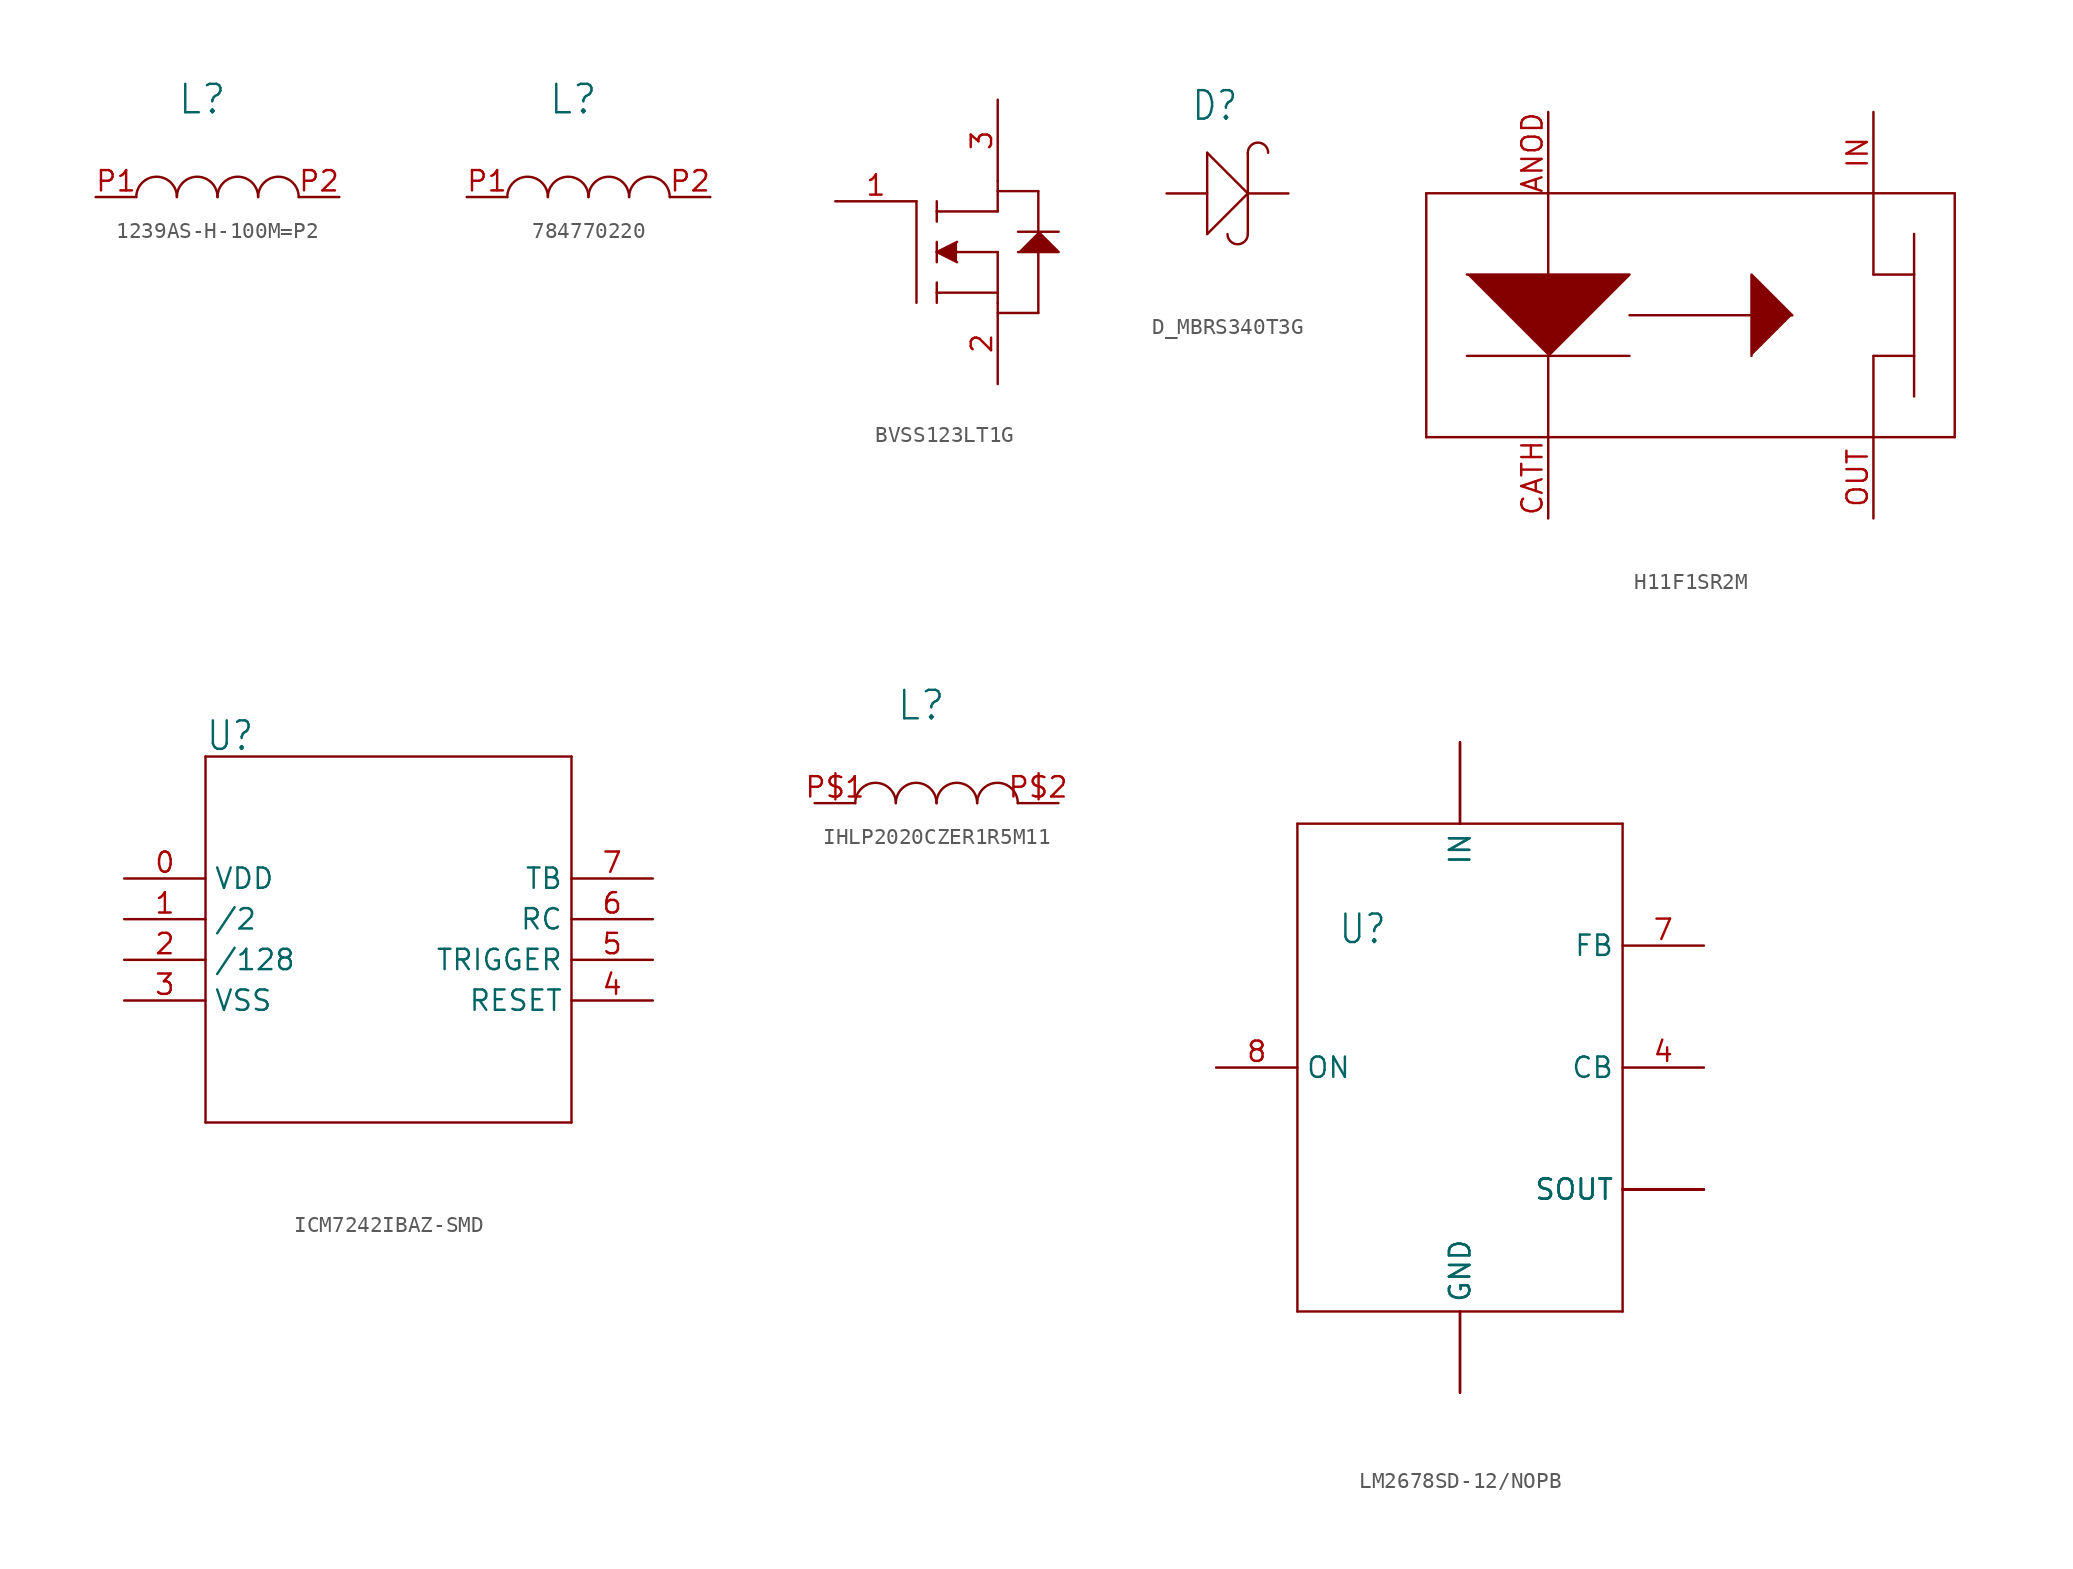
<source format=kicad_sym>
(kicad_symbol_lib
  (version 20220914)
  (generator kicad_symbol_editor)
  (symbol "1239AS-H-100M=P2"
    (property "Reference" "L"
      (at -2.54 5.08 0)
      (effects (font (size 1.778 1.778)) (justify left bottom)))
    (property "Value" ""
      (at -2.54 2.54 0)
      (effects (font (size 1.778 1.778)) (justify left bottom)))
    (property "ki_locked" ""
      (at 0 0 0)
      (effects (font (size 1.27 1.27))))
    (symbol "1239AS-H-100M=P2_1_0"
      (arc (start -2.54 0) (mid -3.81 1.27) (end -5.08 0) (stroke (width 0.1524) (type solid)) (fill (type none)))
      (arc (start 0 0) (mid -1.27 1.27) (end -2.54 0) (stroke (width 0.1524) (type solid)) (fill (type none)))
      (arc (start 2.54 0) (mid 1.27 1.27) (end 0 0) (stroke (width 0.1524) (type solid)) (fill (type none)))
      (arc (start 5.08 0) (mid 3.81 1.27) (end 2.54 0) (stroke (width 0.1524) (type solid)) (fill (type none)))
      (pin bidirectional line (at -7.62 0 0) (length 2.54) (name "P$1" (effects (font (size 0 0)))) (number "P1" (effects (font (size 1.27 1.27)))))
      (pin bidirectional line (at 7.62 0 180) (length 2.54) (name "P$2" (effects (font (size 0 0)))) (number "P2" (effects (font (size 1.27 1.27)))))))
  (symbol "784770220"
    (property "Reference" "L"
      (at -2.54 5.08 0)
      (effects (font (size 1.778 1.778)) (justify left bottom)))
    (property "Value" ""
      (at -2.54 2.54 0)
      (effects (font (size 1.778 1.778)) (justify left bottom)))
    (property "ki_locked" ""
      (at 0 0 0)
      (effects (font (size 1.27 1.27))))
    (symbol "784770220_1_0"
      (arc (start -2.54 0) (mid -3.81 1.27) (end -5.08 0) (stroke (width 0.1524) (type solid)) (fill (type none)))
      (arc (start 0 0) (mid -1.27 1.27) (end -2.54 0) (stroke (width 0.1524) (type solid)) (fill (type none)))
      (arc (start 2.54 0) (mid 1.27 1.27) (end 0 0) (stroke (width 0.1524) (type solid)) (fill (type none)))
      (arc (start 5.08 0) (mid 3.81 1.27) (end 2.54 0) (stroke (width 0.1524) (type solid)) (fill (type none)))
      (pin bidirectional line (at -7.62 0 0) (length 2.54) (name "P$1" (effects (font (size 0 0)))) (number "P1" (effects (font (size 1.27 1.27)))))
      (pin bidirectional line (at 7.62 0 180) (length 2.54) (name "P$2" (effects (font (size 0 0)))) (number "P2" (effects (font (size 1.27 1.27)))))))
  (symbol "BVSS123LT1G"
    (property "Reference" "Q"
      (at 0 0 0)
      (effects (font (size 1.27 1.27)) hide))
    (property "ki_locked" ""
      (at 0 0 0)
      (effects (font (size 1.27 1.27))))
    (symbol "BVSS123LT1G_1_0"
      (polyline (pts (xy 0 0) (xy 0 -6.35)) (stroke (width 0.152) (type solid)) (fill (type none)))
      (polyline (pts (xy 1.27 -6.35) (xy 1.27 -5.715)) (stroke (width 0.152) (type solid)) (fill (type none)))
      (polyline (pts (xy 1.27 -5.715) (xy 1.27 -5.08)) (stroke (width 0.152) (type solid)) (fill (type none)))
      (polyline (pts (xy 1.27 -5.715) (xy 5.08 -5.715)) (stroke (width 0.152) (type solid)) (fill (type none)))
      (polyline (pts (xy 1.27 -3.81) (xy 1.27 -3.175)) (stroke (width 0.152) (type solid)) (fill (type none)))
      (polyline (pts (xy 1.27 -3.175) (xy 1.27 -2.54)) (stroke (width 0.152) (type solid)) (fill (type none)))
      (polyline (pts (xy 1.27 -3.175) (xy 5.08 -3.175)) (stroke (width 0.152) (type solid)) (fill (type none)))
      (polyline (pts (xy 1.27 -1.27) (xy 1.27 -0.635)) (stroke (width 0.152) (type solid)) (fill (type none)))
      (polyline (pts (xy 1.27 -0.635) (xy 1.27 0)) (stroke (width 0.152) (type solid)) (fill (type none)))
      (polyline (pts (xy 1.27 -0.635) (xy 5.08 -0.635)) (stroke (width 0.152) (type solid)) (fill (type none)))
      (polyline (pts (xy 5.08 -5.715) (xy 5.08 -6.35)) (stroke (width 0.152) (type solid)) (fill (type none)))
      (polyline (pts (xy 5.08 -3.175) (xy 5.08 -5.715)) (stroke (width 0.152) (type solid)) (fill (type none)))
      (polyline (pts (xy 5.08 -0.635) (xy 5.08 0.635)) (stroke (width 0.152) (type solid)) (fill (type none)))
      (polyline (pts (xy 5.08 0.635) (xy 5.08 1.27)) (stroke (width 0.152) (type solid)) (fill (type none)))
      (polyline (pts (xy 5.08 0.635) (xy 7.62 0.635)) (stroke (width 0.152) (type solid)) (fill (type none)))
      (polyline (pts (xy 6.35 -1.905) (xy 8.89 -1.905)) (stroke (width 0.152) (type solid)) (fill (type none)))
      (polyline (pts (xy 7.62 -6.985) (xy 5.08 -6.985)) (stroke (width 0.152) (type solid)) (fill (type none)))
      (polyline (pts (xy 7.62 0.635) (xy 7.62 -6.985)) (stroke (width 0.152) (type solid)) (fill (type none)))
      (polyline (pts (xy 2.54 -2.54) (xy 1.27 -3.175) (xy 2.54 -3.81)) (stroke (width 0.152) (type solid)) (fill (type outline)))
      (polyline (pts (xy 6.35 -3.175) (xy 8.89 -3.175) (xy 7.62 -1.905)) (stroke (width 0.152) (type solid)) (fill (type outline)))
      (pin bidirectional line (at -5.08 0 0) (length 5.08) (name "G" (effects (font (size 0 0)))) (number "1" (effects (font (size 1.27 1.27)))))
      (pin bidirectional line (at 5.08 -11.43 90) (length 5.08) (name "S" (effects (font (size 0 0)))) (number "2" (effects (font (size 1.27 1.27)))))
      (pin bidirectional line (at 5.08 6.35 270) (length 5.08) (name "D" (effects (font (size 0 0)))) (number "3" (effects (font (size 1.27 1.27)))))))
  (symbol "D_MBRS340T3G"
    (property "Reference" "D"
      (at -2.288 4.447 0)
      (effects (font (size 1.78 1.513)) (justify left bottom)))
    (property "Value" ""
      (at -2.287 -5.97 0)
      (effects (font (size 1.779 1.512)) (justify left bottom)))
    (property "ki_locked" ""
      (at 0 0 0)
      (effects (font (size 1.27 1.27))))
    (symbol "D_MBRS340T3G_1_0"
      (arc (start 0 -2.54) (mid 0.635 -3.175) (end 1.27 -2.54) (stroke (width 0.1524) (type solid)) (fill (type none)))
      (polyline (pts (xy -1.27 -2.54) (xy 1.27 0)) (stroke (width 0.152) (type solid)) (fill (type none)))
      (polyline (pts (xy -1.27 2.54) (xy -1.27 -2.54)) (stroke (width 0.152) (type solid)) (fill (type none)))
      (polyline (pts (xy 1.27 -2.54) (xy 1.27 0)) (stroke (width 0.152) (type solid)) (fill (type none)))
      (polyline (pts (xy 1.27 0) (xy -1.27 2.54)) (stroke (width 0.152) (type solid)) (fill (type none)))
      (polyline (pts (xy 1.27 0) (xy 1.27 2.54)) (stroke (width 0.152) (type solid)) (fill (type none)))
      (arc (start 2.54 2.54) (mid 1.905 3.175) (end 1.27 2.54) (stroke (width 0.1524) (type solid)) (fill (type none)))
      (pin passive line (at 3.81 0 180) (length 2.54) (name "-" (effects (font (size 0 0)))) (number "1" (effects (font (size 0 0)))))
      (pin passive line (at -3.81 0 0) (length 2.54) (name "+" (effects (font (size 0 0)))) (number "2" (effects (font (size 0 0)))))))
  (symbol "H11F1SR2M"
    (property "Reference" ""
      (at -5.08 15.24 0)
      (effects (font (size 1.778 1.511)) (justify left bottom) hide))
    (property "Value" ""
      (at -5.08 10.16 0)
      (effects (font (size 1.778 1.511)) (justify left bottom)))
    (property "ki_locked" ""
      (at 0 0 0)
      (effects (font (size 1.27 1.27))))
    (symbol "H11F1SR2M_1_0"
      (polyline (pts (xy -17.78 -7.62) (xy -17.78 7.62)) (stroke (width 0.152) (type solid)) (fill (type none)))
      (polyline (pts (xy -17.78 7.62) (xy 15.24 7.62)) (stroke (width 0.152) (type solid)) (fill (type none)))
      (polyline (pts (xy -10.16 -2.54) (xy -15.24 -2.54)) (stroke (width 0.152) (type solid)) (fill (type none)))
      (polyline (pts (xy -10.16 -2.54) (xy -10.16 -7.62)) (stroke (width 0.152) (type solid)) (fill (type none)))
      (polyline (pts (xy -10.16 -2.54) (xy -10.16 7.62)) (stroke (width 0.152) (type solid)) (fill (type none)))
      (polyline (pts (xy -5.08 -2.54) (xy -10.16 -2.54)) (stroke (width 0.152) (type solid)) (fill (type none)))
      (polyline (pts (xy -5.08 0) (xy 5.08 0)) (stroke (width 0.152) (type solid)) (fill (type none)))
      (polyline (pts (xy 10.16 -2.54) (xy 10.16 -7.62)) (stroke (width 0.152) (type solid)) (fill (type none)))
      (polyline (pts (xy 10.16 2.54) (xy 12.7 2.54)) (stroke (width 0.152) (type solid)) (fill (type none)))
      (polyline (pts (xy 10.16 7.62) (xy 10.16 2.54)) (stroke (width 0.152) (type solid)) (fill (type none)))
      (polyline (pts (xy 12.7 -5.08) (xy 12.7 -2.54)) (stroke (width 0.152) (type solid)) (fill (type none)))
      (polyline (pts (xy 12.7 -2.54) (xy 10.16 -2.54)) (stroke (width 0.152) (type solid)) (fill (type none)))
      (polyline (pts (xy 12.7 2.54) (xy 12.7 -2.54)) (stroke (width 0.152) (type solid)) (fill (type none)))
      (polyline (pts (xy 12.7 2.54) (xy 12.7 5.08)) (stroke (width 0.152) (type solid)) (fill (type none)))
      (polyline (pts (xy 15.24 -7.62) (xy -17.78 -7.62)) (stroke (width 0.152) (type solid)) (fill (type none)))
      (polyline (pts (xy 15.24 7.62) (xy 15.24 -7.62)) (stroke (width 0.152) (type solid)) (fill (type none)))
      (polyline (pts (xy -10.16 -2.54) (xy -5.08 2.54) (xy -15.24 2.54)) (stroke (width 0.152) (type solid)) (fill (type outline)))
      (polyline (pts (xy 5.08 0) (xy 2.54 2.54) (xy 2.54 -2.54)) (stroke (width 0.152) (type solid)) (fill (type outline)))
      (pin bidirectional line (at -10.16 12.7 270) (length 5.08) (name "ANOD" (effects (font (size 0 0)))) (number "ANOD" (effects (font (size 1.27 1.27)))))
      (pin bidirectional line (at -10.16 -12.7 90) (length 5.08) (name "CAT" (effects (font (size 0 0)))) (number "CATH" (effects (font (size 1.27 1.27)))))
      (pin bidirectional line (at 10.16 12.7 270) (length 5.08) (name "IN" (effects (font (size 0 0)))) (number "IN" (effects (font (size 1.27 1.27)))))
      (pin bidirectional line (at 10.16 -12.7 90) (length 5.08) (name "OUT" (effects (font (size 0 0)))) (number "OUT" (effects (font (size 1.27 1.27)))))))
  (symbol "ICM7242IBAZ-SMD"
    (property "Reference" "U"
      (at 5.08 7.874 0)
      (effects (font (size 1.778 1.511)) (justify left bottom)))
    (property "Value" ""
      (at 5.08 -17.78 0)
      (effects (font (size 1.778 1.511)) (justify left bottom)))
    (property "ki_locked" ""
      (at 0 0 0)
      (effects (font (size 1.27 1.27))))
    (symbol "ICM7242IBAZ-SMD_1_0"
      (polyline (pts (xy 5.08 -15.24) (xy 5.08 7.62)) (stroke (width 0.152) (type solid)) (fill (type none)))
      (polyline (pts (xy 5.08 7.62) (xy 27.94 7.62)) (stroke (width 0.152) (type solid)) (fill (type none)))
      (polyline (pts (xy 27.94 -15.24) (xy 5.08 -15.24)) (stroke (width 0.152) (type solid)) (fill (type none)))
      (polyline (pts (xy 27.94 7.62) (xy 27.94 -15.24)) (stroke (width 0.152) (type solid)) (fill (type none)))
      (pin bidirectional line (at 0 0 0) (length 5.08) (name "VDD" (effects (font (size 1.27 1.27)))) (number "0" (effects (font (size 1.27 1.27)))))
      (pin bidirectional line (at 0 -2.54 0) (length 5.08) (name "/2" (effects (font (size 1.27 1.27)))) (number "1" (effects (font (size 1.27 1.27)))))
      (pin bidirectional line (at 0 -5.08 0) (length 5.08) (name "/128" (effects (font (size 1.27 1.27)))) (number "2" (effects (font (size 1.27 1.27)))))
      (pin bidirectional line (at 0 -7.62 0) (length 5.08) (name "VSS" (effects (font (size 1.27 1.27)))) (number "3" (effects (font (size 1.27 1.27)))))
      (pin bidirectional line (at 33.02 -7.62 180) (length 5.08) (name "RESET" (effects (font (size 1.27 1.27)))) (number "4" (effects (font (size 1.27 1.27)))))
      (pin bidirectional line (at 33.02 -5.08 180) (length 5.08) (name "TRIGGER" (effects (font (size 1.27 1.27)))) (number "5" (effects (font (size 1.27 1.27)))))
      (pin bidirectional line (at 33.02 -2.54 180) (length 5.08) (name "RC" (effects (font (size 1.27 1.27)))) (number "6" (effects (font (size 1.27 1.27)))))
      (pin bidirectional line (at 33.02 0 180) (length 5.08) (name "TB" (effects (font (size 1.27 1.27)))) (number "7" (effects (font (size 1.27 1.27)))))))
  (symbol "IHLP2020CZER1R5M11"
    (property "Reference" "L"
      (at -2.54 5.08 0)
      (effects (font (size 1.778 1.778)) (justify left bottom)))
    (property "Value" ""
      (at -2.54 2.54 0)
      (effects (font (size 1.778 1.778)) (justify left bottom)))
    (property "ki_locked" ""
      (at 0 0 0)
      (effects (font (size 1.27 1.27))))
    (symbol "IHLP2020CZER1R5M11_1_0"
      (arc (start -2.54 0) (mid -3.81 1.27) (end -5.08 0) (stroke (width 0.1524) (type solid)) (fill (type none)))
      (arc (start 0 0) (mid -1.27 1.27) (end -2.54 0) (stroke (width 0.1524) (type solid)) (fill (type none)))
      (arc (start 2.54 0) (mid 1.27 1.27) (end 0 0) (stroke (width 0.1524) (type solid)) (fill (type none)))
      (arc (start 5.08 0) (mid 3.81 1.27) (end 2.54 0) (stroke (width 0.1524) (type solid)) (fill (type none)))
      (pin bidirectional line (at -7.62 0 0) (length 2.54) (name "P$1" (effects (font (size 0 0)))) (number "P$1" (effects (font (size 1.27 1.27)))))
      (pin bidirectional line (at 7.62 0 180) (length 2.54) (name "P$2" (effects (font (size 0 0)))) (number "P$2" (effects (font (size 1.27 1.27)))))))
  (symbol "LM2678SD-12/NOPB"
    (property "Reference" "U"
      (at -7.62 7.62 0)
      (effects (font (size 1.778 1.511)) (justify left bottom)))
    (property "Value" ""
      (at -7.62 5.08 0)
      (effects (font (size 1.778 1.511)) (justify left bottom)))
    (property "ki_locked" ""
      (at 0 0 0)
      (effects (font (size 1.27 1.27))))
    (symbol "LM2678SD-12/NOPB_1_0"
      (polyline (pts (xy -10.16 -15.24) (xy -10.16 15.24)) (stroke (width 0.152) (type solid)) (fill (type none)))
      (polyline (pts (xy -10.16 15.24) (xy 10.16 15.24)) (stroke (width 0.152) (type solid)) (fill (type none)))
      (polyline (pts (xy 10.16 -15.24) (xy -10.16 -15.24)) (stroke (width 0.152) (type solid)) (fill (type none)))
      (polyline (pts (xy 10.16 15.24) (xy 10.16 -15.24)) (stroke (width 0.152) (type solid)) (fill (type none)))
      (pin bidirectional line (at 15.24 -7.62 180) (length 5.08) (name "SOUT" (effects (font (size 1.27 1.27)))) (number "12" (effects (font (size 0 0)))))
      (pin bidirectional line (at 15.24 -7.62 180) (length 5.08) (name "SOUT" (effects (font (size 1.27 1.27)))) (number "13" (effects (font (size 0 0)))))
      (pin bidirectional line (at 15.24 -7.62 180) (length 5.08) (name "SOUT" (effects (font (size 1.27 1.27)))) (number "14" (effects (font (size 0 0)))))
      (pin bidirectional line (at 0 20.32 270) (length 5.08) (name "IN" (effects (font (size 1.27 1.27)))) (number "2" (effects (font (size 0 0)))))
      (pin bidirectional line (at 0 20.32 270) (length 5.08) (name "IN" (effects (font (size 1.27 1.27)))) (number "3" (effects (font (size 0 0)))))
      (pin bidirectional line (at 15.24 0 180) (length 5.08) (name "CB" (effects (font (size 1.27 1.27)))) (number "4" (effects (font (size 1.27 1.27)))))
      (pin bidirectional line (at 15.24 7.62 180) (length 5.08) (name "FB" (effects (font (size 1.27 1.27)))) (number "7" (effects (font (size 1.27 1.27)))))
      (pin bidirectional line (at -15.24 0 0) (length 5.08) (name "ON" (effects (font (size 1.27 1.27)))) (number "8" (effects (font (size 1.27 1.27)))))
      (pin bidirectional line (at 0 -20.32 90) (length 5.08) (name "GND" (effects (font (size 1.27 1.27)))) (number "9" (effects (font (size 0 0)))))
      (pin bidirectional line (at 0 -20.32 90) (length 5.08) (name "GND" (effects (font (size 1.27 1.27)))) (number "DAP" (effects (font (size 0 0))))))))
</source>
